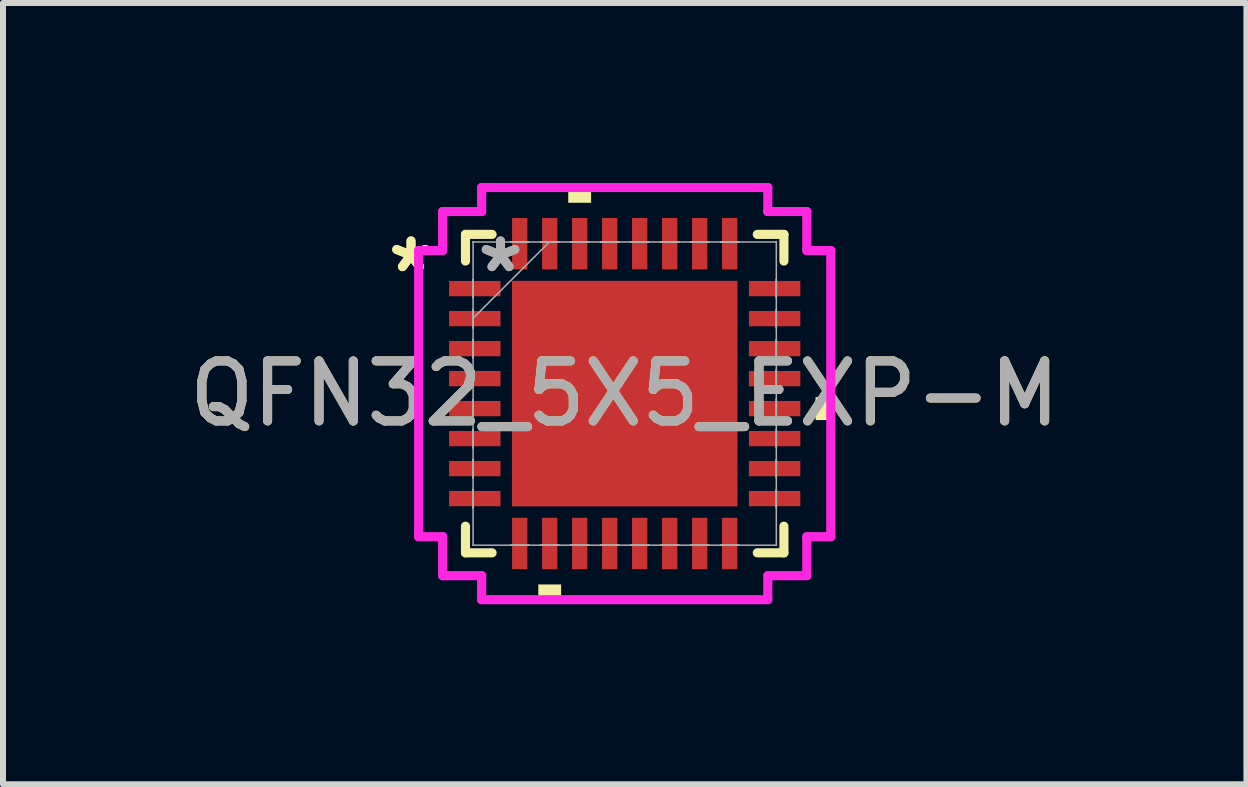
<source format=kicad_pcb>
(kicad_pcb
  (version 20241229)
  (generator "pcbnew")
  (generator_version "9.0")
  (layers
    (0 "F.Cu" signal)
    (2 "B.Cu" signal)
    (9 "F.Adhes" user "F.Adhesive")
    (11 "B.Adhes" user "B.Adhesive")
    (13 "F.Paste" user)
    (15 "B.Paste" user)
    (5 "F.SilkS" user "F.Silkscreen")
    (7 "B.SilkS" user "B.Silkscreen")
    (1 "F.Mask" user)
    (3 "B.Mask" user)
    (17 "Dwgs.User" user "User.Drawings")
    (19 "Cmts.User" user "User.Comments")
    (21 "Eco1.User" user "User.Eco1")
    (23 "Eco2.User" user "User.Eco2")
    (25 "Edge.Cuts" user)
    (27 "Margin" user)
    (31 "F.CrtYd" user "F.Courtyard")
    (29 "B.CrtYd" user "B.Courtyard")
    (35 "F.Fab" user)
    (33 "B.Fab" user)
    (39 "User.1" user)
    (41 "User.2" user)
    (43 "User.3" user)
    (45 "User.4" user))
  (footprint "QFN32_5X5_EXP-M"
    (layer "F.Cu")
    (at 7.363 3.511)
    (property "Reference" "QFN32_5X5_EXP-M" (at 0 0 0) (unlocked yes) (layer "F.SilkS") (effects (font (size 1 1) (thickness 0.15))))
    (attr smd)
    (fp_line (start -2.654 -2.654) (end -2.654 -2.21) (stroke (width 0.152) (type solid)) (layer "F.SilkS"))
    (fp_line (start -2.654 2.21) (end -2.654 2.654) (stroke (width 0.152) (type solid)) (layer "F.SilkS"))
    (fp_line (start -2.654 2.654) (end -2.21 2.654) (stroke (width 0.152) (type solid)) (layer "F.SilkS"))
    (fp_line (start -2.21 -2.654) (end -2.654 -2.654) (stroke (width 0.152) (type solid)) (layer "F.SilkS"))
    (fp_line (start 2.21 2.654) (end 2.654 2.654) (stroke (width 0.152) (type solid)) (layer "F.SilkS"))
    (fp_line (start 2.654 -2.654) (end 2.21 -2.654) (stroke (width 0.152) (type solid)) (layer "F.SilkS"))
    (fp_line (start 2.654 -2.21) (end 2.654 -2.654) (stroke (width 0.152) (type solid)) (layer "F.SilkS"))
    (fp_line (start 2.654 2.654) (end 2.654 2.21) (stroke (width 0.152) (type solid)) (layer "F.SilkS"))
    (fp_poly (pts (xy -1.44 3.181) (xy -1.44 3.435) (xy -1.06 3.435) (xy -1.06 3.181)) (stroke (width 0) (type solid)) (fill yes) (layer "F.SilkS"))
    (fp_poly (pts (xy -0.941 -3.181) (xy -0.941 -3.435) (xy -0.56 -3.435) (xy -0.56 -3.181)) (stroke (width 0) (type solid)) (fill yes) (layer "F.SilkS"))
    (fp_poly (pts (xy 3.435 0.059) (xy 3.435 0.441) (xy 3.181 0.441) (xy 3.181 0.059)) (stroke (width 0) (type solid)) (fill yes) (layer "F.SilkS"))
    (fp_poly (pts (xy -1.78 -1.78) (xy -1.78 -0.1) (xy -0.1 -0.1) (xy -0.1 -1.78)) (stroke (width 0) (type solid)) (fill yes) (layer "F.Paste"))
    (fp_poly (pts (xy -1.78 0.1) (xy -1.78 1.78) (xy -0.1 1.78) (xy -0.1 0.1)) (stroke (width 0) (type solid)) (fill yes) (layer "F.Paste"))
    (fp_poly (pts (xy 0.1 -1.78) (xy 0.1 -0.1) (xy 1.78 -0.1) (xy 1.78 -1.78)) (stroke (width 0) (type solid)) (fill yes) (layer "F.Paste"))
    (fp_poly (pts (xy 0.1 0.1) (xy 0.1 1.78) (xy 1.78 1.78) (xy 1.78 0.1)) (stroke (width 0) (type solid)) (fill yes) (layer "F.Paste"))
    (fp_line (start -3.435 -2.385) (end -3.035 -2.385) (stroke (width 0.152) (type solid)) (layer "F.CrtYd"))
    (fp_line (start -3.435 2.385) (end -3.435 -2.385) (stroke (width 0.152) (type solid)) (layer "F.CrtYd"))
    (fp_line (start -3.035 -3.035) (end -2.385 -3.035) (stroke (width 0.152) (type solid)) (layer "F.CrtYd"))
    (fp_line (start -3.035 -2.385) (end -3.035 -3.035) (stroke (width 0.152) (type solid)) (layer "F.CrtYd"))
    (fp_line (start -3.035 2.385) (end -3.435 2.385) (stroke (width 0.152) (type solid)) (layer "F.CrtYd"))
    (fp_line (start -3.035 3.035) (end -3.035 2.385) (stroke (width 0.152) (type solid)) (layer "F.CrtYd"))
    (fp_line (start -2.385 -3.435) (end 2.385 -3.435) (stroke (width 0.152) (type solid)) (layer "F.CrtYd"))
    (fp_line (start -2.385 -3.035) (end -2.385 -3.435) (stroke (width 0.152) (type solid)) (layer "F.CrtYd"))
    (fp_line (start -2.385 3.035) (end -3.035 3.035) (stroke (width 0.152) (type solid)) (layer "F.CrtYd"))
    (fp_line (start -2.385 3.435) (end -2.385 3.035) (stroke (width 0.152) (type solid)) (layer "F.CrtYd"))
    (fp_line (start 2.385 -3.435) (end 2.385 -3.035) (stroke (width 0.152) (type solid)) (layer "F.CrtYd"))
    (fp_line (start 2.385 -3.035) (end 3.035 -3.035) (stroke (width 0.152) (type solid)) (layer "F.CrtYd"))
    (fp_line (start 2.385 3.035) (end 2.385 3.435) (stroke (width 0.152) (type solid)) (layer "F.CrtYd"))
    (fp_line (start 2.385 3.435) (end -2.385 3.435) (stroke (width 0.152) (type solid)) (layer "F.CrtYd"))
    (fp_line (start 3.035 -3.035) (end 3.035 -2.385) (stroke (width 0.152) (type solid)) (layer "F.CrtYd"))
    (fp_line (start 3.035 -2.385) (end 3.435 -2.385) (stroke (width 0.152) (type solid)) (layer "F.CrtYd"))
    (fp_line (start 3.035 2.385) (end 3.035 3.035) (stroke (width 0.152) (type solid)) (layer "F.CrtYd"))
    (fp_line (start 3.035 3.035) (end 2.385 3.035) (stroke (width 0.152) (type solid)) (layer "F.CrtYd"))
    (fp_line (start 3.435 -2.385) (end 3.435 2.385) (stroke (width 0.152) (type solid)) (layer "F.CrtYd"))
    (fp_line (start 3.435 2.385) (end 3.035 2.385) (stroke (width 0.152) (type solid)) (layer "F.CrtYd"))
    (fp_line (start -2.527 -2.527) (end -2.527 -2.527) (stroke (width 0.025) (type solid)) (layer "F.Fab"))
    (fp_line (start -2.527 -2.527) (end -2.527 2.527) (stroke (width 0.025) (type solid)) (layer "F.Fab"))
    (fp_line (start -2.527 -1.902) (end -2.527 -1.902) (stroke (width 0.025) (type solid)) (layer "F.Fab"))
    (fp_line (start -2.527 -1.902) (end -2.527 -1.598) (stroke (width 0.025) (type solid)) (layer "F.Fab"))
    (fp_line (start -2.527 -1.598) (end -2.527 -1.902) (stroke (width 0.025) (type solid)) (layer "F.Fab"))
    (fp_line (start -2.527 -1.598) (end -2.527 -1.598) (stroke (width 0.025) (type solid)) (layer "F.Fab"))
    (fp_line (start -2.527 -1.402) (end -2.527 -1.402) (stroke (width 0.025) (type solid)) (layer "F.Fab"))
    (fp_line (start -2.527 -1.402) (end -2.527 -1.098) (stroke (width 0.025) (type solid)) (layer "F.Fab"))
    (fp_line (start -2.527 -1.257) (end -1.257 -2.527) (stroke (width 0.025) (type solid)) (layer "F.Fab"))
    (fp_line (start -2.527 -1.098) (end -2.527 -1.402) (stroke (width 0.025) (type solid)) (layer "F.Fab"))
    (fp_line (start -2.527 -1.098) (end -2.527 -1.098) (stroke (width 0.025) (type solid)) (layer "F.Fab"))
    (fp_line (start -2.527 -0.902) (end -2.527 -0.902) (stroke (width 0.025) (type solid)) (layer "F.Fab"))
    (fp_line (start -2.527 -0.902) (end -2.527 -0.598) (stroke (width 0.025) (type solid)) (layer "F.Fab"))
    (fp_line (start -2.527 -0.598) (end -2.527 -0.902) (stroke (width 0.025) (type solid)) (layer "F.Fab"))
    (fp_line (start -2.527 -0.598) (end -2.527 -0.598) (stroke (width 0.025) (type solid)) (layer "F.Fab"))
    (fp_line (start -2.527 -0.402) (end -2.527 -0.402) (stroke (width 0.025) (type solid)) (layer "F.Fab"))
    (fp_line (start -2.527 -0.402) (end -2.527 -0.098) (stroke (width 0.025) (type solid)) (layer "F.Fab"))
    (fp_line (start -2.527 -0.098) (end -2.527 -0.402) (stroke (width 0.025) (type solid)) (layer "F.Fab"))
    (fp_line (start -2.527 -0.098) (end -2.527 -0.098) (stroke (width 0.025) (type solid)) (layer "F.Fab"))
    (fp_line (start -2.527 0.098) (end -2.527 0.098) (stroke (width 0.025) (type solid)) (layer "F.Fab"))
    (fp_line (start -2.527 0.098) (end -2.527 0.402) (stroke (width 0.025) (type solid)) (layer "F.Fab"))
    (fp_line (start -2.527 0.402) (end -2.527 0.098) (stroke (width 0.025) (type solid)) (layer "F.Fab"))
    (fp_line (start -2.527 0.402) (end -2.527 0.402) (stroke (width 0.025) (type solid)) (layer "F.Fab"))
    (fp_line (start -2.527 0.598) (end -2.527 0.598) (stroke (width 0.025) (type solid)) (layer "F.Fab"))
    (fp_line (start -2.527 0.598) (end -2.527 0.902) (stroke (width 0.025) (type solid)) (layer "F.Fab"))
    (fp_line (start -2.527 0.902) (end -2.527 0.598) (stroke (width 0.025) (type solid)) (layer "F.Fab"))
    (fp_line (start -2.527 0.902) (end -2.527 0.902) (stroke (width 0.025) (type solid)) (layer "F.Fab"))
    (fp_line (start -2.527 1.098) (end -2.527 1.098) (stroke (width 0.025) (type solid)) (layer "F.Fab"))
    (fp_line (start -2.527 1.098) (end -2.527 1.402) (stroke (width 0.025) (type solid)) (layer "F.Fab"))
    (fp_line (start -2.527 1.402) (end -2.527 1.098) (stroke (width 0.025) (type solid)) (layer "F.Fab"))
    (fp_line (start -2.527 1.402) (end -2.527 1.402) (stroke (width 0.025) (type solid)) (layer "F.Fab"))
    (fp_line (start -2.527 1.598) (end -2.527 1.598) (stroke (width 0.025) (type solid)) (layer "F.Fab"))
    (fp_line (start -2.527 1.598) (end -2.527 1.902) (stroke (width 0.025) (type solid)) (layer "F.Fab"))
    (fp_line (start -2.527 1.902) (end -2.527 1.598) (stroke (width 0.025) (type solid)) (layer "F.Fab"))
    (fp_line (start -2.527 1.902) (end -2.527 1.902) (stroke (width 0.025) (type solid)) (layer "F.Fab"))
    (fp_line (start -2.527 2.527) (end -2.527 2.527) (stroke (width 0.025) (type solid)) (layer "F.Fab"))
    (fp_line (start -2.527 2.527) (end 2.527 2.527) (stroke (width 0.025) (type solid)) (layer "F.Fab"))
    (fp_line (start -1.902 -2.527) (end -1.902 -2.527) (stroke (width 0.025) (type solid)) (layer "F.Fab"))
    (fp_line (start -1.902 -2.527) (end -1.598 -2.527) (stroke (width 0.025) (type solid)) (layer "F.Fab"))
    (fp_line (start -1.902 2.527) (end -1.902 2.527) (stroke (width 0.025) (type solid)) (layer "F.Fab"))
    (fp_line (start -1.902 2.527) (end -1.598 2.527) (stroke (width 0.025) (type solid)) (layer "F.Fab"))
    (fp_line (start -1.598 -2.527) (end -1.902 -2.527) (stroke (width 0.025) (type solid)) (layer "F.Fab"))
    (fp_line (start -1.598 -2.527) (end -1.598 -2.527) (stroke (width 0.025) (type solid)) (layer "F.Fab"))
    (fp_line (start -1.598 2.527) (end -1.902 2.527) (stroke (width 0.025) (type solid)) (layer "F.Fab"))
    (fp_line (start -1.598 2.527) (end -1.598 2.527) (stroke (width 0.025) (type solid)) (layer "F.Fab"))
    (fp_line (start -1.402 -2.527) (end -1.402 -2.527) (stroke (width 0.025) (type solid)) (layer "F.Fab"))
    (fp_line (start -1.402 -2.527) (end -1.098 -2.527) (stroke (width 0.025) (type solid)) (layer "F.Fab"))
    (fp_line (start -1.402 2.527) (end -1.402 2.527) (stroke (width 0.025) (type solid)) (layer "F.Fab"))
    (fp_line (start -1.402 2.527) (end -1.098 2.527) (stroke (width 0.025) (type solid)) (layer "F.Fab"))
    (fp_line (start -1.098 -2.527) (end -1.402 -2.527) (stroke (width 0.025) (type solid)) (layer "F.Fab"))
    (fp_line (start -1.098 -2.527) (end -1.098 -2.527) (stroke (width 0.025) (type solid)) (layer "F.Fab"))
    (fp_line (start -1.098 2.527) (end -1.402 2.527) (stroke (width 0.025) (type solid)) (layer "F.Fab"))
    (fp_line (start -1.098 2.527) (end -1.098 2.527) (stroke (width 0.025) (type solid)) (layer "F.Fab"))
    (fp_line (start -0.902 -2.527) (end -0.902 -2.527) (stroke (width 0.025) (type solid)) (layer "F.Fab"))
    (fp_line (start -0.902 -2.527) (end -0.598 -2.527) (stroke (width 0.025) (type solid)) (layer "F.Fab"))
    (fp_line (start -0.902 2.527) (end -0.902 2.527) (stroke (width 0.025) (type solid)) (layer "F.Fab"))
    (fp_line (start -0.902 2.527) (end -0.598 2.527) (stroke (width 0.025) (type solid)) (layer "F.Fab"))
    (fp_line (start -0.598 -2.527) (end -0.902 -2.527) (stroke (width 0.025) (type solid)) (layer "F.Fab"))
    (fp_line (start -0.598 -2.527) (end -0.598 -2.527) (stroke (width 0.025) (type solid)) (layer "F.Fab"))
    (fp_line (start -0.598 2.527) (end -0.902 2.527) (stroke (width 0.025) (type solid)) (layer "F.Fab"))
    (fp_line (start -0.598 2.527) (end -0.598 2.527) (stroke (width 0.025) (type solid)) (layer "F.Fab"))
    (fp_line (start -0.402 -2.527) (end -0.402 -2.527) (stroke (width 0.025) (type solid)) (layer "F.Fab"))
    (fp_line (start -0.402 -2.527) (end -0.098 -2.527) (stroke (width 0.025) (type solid)) (layer "F.Fab"))
    (fp_line (start -0.402 2.527) (end -0.402 2.527) (stroke (width 0.025) (type solid)) (layer "F.Fab"))
    (fp_line (start -0.402 2.527) (end -0.098 2.527) (stroke (width 0.025) (type solid)) (layer "F.Fab"))
    (fp_line (start -0.098 -2.527) (end -0.402 -2.527) (stroke (width 0.025) (type solid)) (layer "F.Fab"))
    (fp_line (start -0.098 -2.527) (end -0.098 -2.527) (stroke (width 0.025) (type solid)) (layer "F.Fab"))
    (fp_line (start -0.098 2.527) (end -0.402 2.527) (stroke (width 0.025) (type solid)) (layer "F.Fab"))
    (fp_line (start -0.098 2.527) (end -0.098 2.527) (stroke (width 0.025) (type solid)) (layer "F.Fab"))
    (fp_line (start 0.098 -2.527) (end 0.098 -2.527) (stroke (width 0.025) (type solid)) (layer "F.Fab"))
    (fp_line (start 0.098 -2.527) (end 0.402 -2.527) (stroke (width 0.025) (type solid)) (layer "F.Fab"))
    (fp_line (start 0.098 2.527) (end 0.098 2.527) (stroke (width 0.025) (type solid)) (layer "F.Fab"))
    (fp_line (start 0.098 2.527) (end 0.402 2.527) (stroke (width 0.025) (type solid)) (layer "F.Fab"))
    (fp_line (start 0.402 -2.527) (end 0.098 -2.527) (stroke (width 0.025) (type solid)) (layer "F.Fab"))
    (fp_line (start 0.402 -2.527) (end 0.402 -2.527) (stroke (width 0.025) (type solid)) (layer "F.Fab"))
    (fp_line (start 0.402 2.527) (end 0.098 2.527) (stroke (width 0.025) (type solid)) (layer "F.Fab"))
    (fp_line (start 0.402 2.527) (end 0.402 2.527) (stroke (width 0.025) (type solid)) (layer "F.Fab"))
    (fp_line (start 0.598 -2.527) (end 0.598 -2.527) (stroke (width 0.025) (type solid)) (layer "F.Fab"))
    (fp_line (start 0.598 -2.527) (end 0.902 -2.527) (stroke (width 0.025) (type solid)) (layer "F.Fab"))
    (fp_line (start 0.598 2.527) (end 0.598 2.527) (stroke (width 0.025) (type solid)) (layer "F.Fab"))
    (fp_line (start 0.598 2.527) (end 0.902 2.527) (stroke (width 0.025) (type solid)) (layer "F.Fab"))
    (fp_line (start 0.902 -2.527) (end 0.598 -2.527) (stroke (width 0.025) (type solid)) (layer "F.Fab"))
    (fp_line (start 0.902 -2.527) (end 0.902 -2.527) (stroke (width 0.025) (type solid)) (layer "F.Fab"))
    (fp_line (start 0.902 2.527) (end 0.598 2.527) (stroke (width 0.025) (type solid)) (layer "F.Fab"))
    (fp_line (start 0.902 2.527) (end 0.902 2.527) (stroke (width 0.025) (type solid)) (layer "F.Fab"))
    (fp_line (start 1.098 -2.527) (end 1.098 -2.527) (stroke (width 0.025) (type solid)) (layer "F.Fab"))
    (fp_line (start 1.098 -2.527) (end 1.402 -2.527) (stroke (width 0.025) (type solid)) (layer "F.Fab"))
    (fp_line (start 1.098 2.527) (end 1.098 2.527) (stroke (width 0.025) (type solid)) (layer "F.Fab"))
    (fp_line (start 1.098 2.527) (end 1.402 2.527) (stroke (width 0.025) (type solid)) (layer "F.Fab"))
    (fp_line (start 1.402 -2.527) (end 1.098 -2.527) (stroke (width 0.025) (type solid)) (layer "F.Fab"))
    (fp_line (start 1.402 -2.527) (end 1.402 -2.527) (stroke (width 0.025) (type solid)) (layer "F.Fab"))
    (fp_line (start 1.402 2.527) (end 1.098 2.527) (stroke (width 0.025) (type solid)) (layer "F.Fab"))
    (fp_line (start 1.402 2.527) (end 1.402 2.527) (stroke (width 0.025) (type solid)) (layer "F.Fab"))
    (fp_line (start 1.598 -2.527) (end 1.598 -2.527) (stroke (width 0.025) (type solid)) (layer "F.Fab"))
    (fp_line (start 1.598 -2.527) (end 1.902 -2.527) (stroke (width 0.025) (type solid)) (layer "F.Fab"))
    (fp_line (start 1.598 2.527) (end 1.598 2.527) (stroke (width 0.025) (type solid)) (layer "F.Fab"))
    (fp_line (start 1.598 2.527) (end 1.902 2.527) (stroke (width 0.025) (type solid)) (layer "F.Fab"))
    (fp_line (start 1.902 -2.527) (end 1.598 -2.527) (stroke (width 0.025) (type solid)) (layer "F.Fab"))
    (fp_line (start 1.902 -2.527) (end 1.902 -2.527) (stroke (width 0.025) (type solid)) (layer "F.Fab"))
    (fp_line (start 1.902 2.527) (end 1.598 2.527) (stroke (width 0.025) (type solid)) (layer "F.Fab"))
    (fp_line (start 1.902 2.527) (end 1.902 2.527) (stroke (width 0.025) (type solid)) (layer "F.Fab"))
    (fp_line (start 2.527 -2.527) (end -2.527 -2.527) (stroke (width 0.025) (type solid)) (layer "F.Fab"))
    (fp_line (start 2.527 -2.527) (end 2.527 -2.527) (stroke (width 0.025) (type solid)) (layer "F.Fab"))
    (fp_line (start 2.527 -1.902) (end 2.527 -1.902) (stroke (width 0.025) (type solid)) (layer "F.Fab"))
    (fp_line (start 2.527 -1.902) (end 2.527 -1.598) (stroke (width 0.025) (type solid)) (layer "F.Fab"))
    (fp_line (start 2.527 -1.598) (end 2.527 -1.902) (stroke (width 0.025) (type solid)) (layer "F.Fab"))
    (fp_line (start 2.527 -1.598) (end 2.527 -1.598) (stroke (width 0.025) (type solid)) (layer "F.Fab"))
    (fp_line (start 2.527 -1.402) (end 2.527 -1.402) (stroke (width 0.025) (type solid)) (layer "F.Fab"))
    (fp_line (start 2.527 -1.402) (end 2.527 -1.098) (stroke (width 0.025) (type solid)) (layer "F.Fab"))
    (fp_line (start 2.527 -1.098) (end 2.527 -1.402) (stroke (width 0.025) (type solid)) (layer "F.Fab"))
    (fp_line (start 2.527 -1.098) (end 2.527 -1.098) (stroke (width 0.025) (type solid)) (layer "F.Fab"))
    (fp_line (start 2.527 -0.902) (end 2.527 -0.902) (stroke (width 0.025) (type solid)) (layer "F.Fab"))
    (fp_line (start 2.527 -0.902) (end 2.527 -0.598) (stroke (width 0.025) (type solid)) (layer "F.Fab"))
    (fp_line (start 2.527 -0.598) (end 2.527 -0.902) (stroke (width 0.025) (type solid)) (layer "F.Fab"))
    (fp_line (start 2.527 -0.598) (end 2.527 -0.598) (stroke (width 0.025) (type solid)) (layer "F.Fab"))
    (fp_line (start 2.527 -0.402) (end 2.527 -0.402) (stroke (width 0.025) (type solid)) (layer "F.Fab"))
    (fp_line (start 2.527 -0.402) (end 2.527 -0.098) (stroke (width 0.025) (type solid)) (layer "F.Fab"))
    (fp_line (start 2.527 -0.098) (end 2.527 -0.402) (stroke (width 0.025) (type solid)) (layer "F.Fab"))
    (fp_line (start 2.527 -0.098) (end 2.527 -0.098) (stroke (width 0.025) (type solid)) (layer "F.Fab"))
    (fp_line (start 2.527 0.098) (end 2.527 0.098) (stroke (width 0.025) (type solid)) (layer "F.Fab"))
    (fp_line (start 2.527 0.098) (end 2.527 0.402) (stroke (width 0.025) (type solid)) (layer "F.Fab"))
    (fp_line (start 2.527 0.402) (end 2.527 0.098) (stroke (width 0.025) (type solid)) (layer "F.Fab"))
    (fp_line (start 2.527 0.402) (end 2.527 0.402) (stroke (width 0.025) (type solid)) (layer "F.Fab"))
    (fp_line (start 2.527 0.598) (end 2.527 0.598) (stroke (width 0.025) (type solid)) (layer "F.Fab"))
    (fp_line (start 2.527 0.598) (end 2.527 0.902) (stroke (width 0.025) (type solid)) (layer "F.Fab"))
    (fp_line (start 2.527 0.902) (end 2.527 0.598) (stroke (width 0.025) (type solid)) (layer "F.Fab"))
    (fp_line (start 2.527 0.902) (end 2.527 0.902) (stroke (width 0.025) (type solid)) (layer "F.Fab"))
    (fp_line (start 2.527 1.098) (end 2.527 1.098) (stroke (width 0.025) (type solid)) (layer "F.Fab"))
    (fp_line (start 2.527 1.098) (end 2.527 1.402) (stroke (width 0.025) (type solid)) (layer "F.Fab"))
    (fp_line (start 2.527 1.402) (end 2.527 1.098) (stroke (width 0.025) (type solid)) (layer "F.Fab"))
    (fp_line (start 2.527 1.402) (end 2.527 1.402) (stroke (width 0.025) (type solid)) (layer "F.Fab"))
    (fp_line (start 2.527 1.598) (end 2.527 1.598) (stroke (width 0.025) (type solid)) (layer "F.Fab"))
    (fp_line (start 2.527 1.598) (end 2.527 1.902) (stroke (width 0.025) (type solid)) (layer "F.Fab"))
    (fp_line (start 2.527 1.902) (end 2.527 1.598) (stroke (width 0.025) (type solid)) (layer "F.Fab"))
    (fp_line (start 2.527 1.902) (end 2.527 1.902) (stroke (width 0.025) (type solid)) (layer "F.Fab"))
    (fp_line (start 2.527 2.527) (end 2.527 -2.527) (stroke (width 0.025) (type solid)) (layer "F.Fab"))
    (fp_line (start 2.527 2.527) (end 2.527 2.527) (stroke (width 0.025) (type solid)) (layer "F.Fab"))
    (fp_text user "*" (at -3.562 -2 0) (unlocked yes) (layer "F.SilkS") (effects (font (size 1 1) (thickness 0.15))))
    (fp_text user "*" (at -3.562 -2 0) (layer "F.SilkS") (effects (font (size 1 1) (thickness 0.15))))
    (fp_text user "*" (at -2.07 -2 0) (unlocked yes) (layer "F.Fab") (effects (font (size 1 1) (thickness 0.15))))
    (fp_text user "${REFERENCE}" (at 0 0 0) (unlocked yes) (layer "F.Fab") (effects (font (size 1 1) (thickness 0.15))))
    (fp_text user "*" (at -2.07 -2 0) (layer "F.Fab") (effects (font (size 1 1) (thickness 0.15))))
    (pad "1" smd rect (at -2.499 -1.75 90) (size 0.255 0.857) (layers "F.Cu" "F.Mask" "F.Paste"))
    (pad "2" smd rect (at -2.499 -1.25 90) (size 0.255 0.857) (layers "F.Cu" "F.Mask" "F.Paste"))
    (pad "3" smd rect (at -2.499 -0.75 90) (size 0.255 0.857) (layers "F.Cu" "F.Mask" "F.Paste"))
    (pad "4" smd rect (at -2.499 -0.25 90) (size 0.255 0.857) (layers "F.Cu" "F.Mask" "F.Paste"))
    (pad "5" smd rect (at -2.499 0.25 90) (size 0.255 0.857) (layers "F.Cu" "F.Mask" "F.Paste"))
    (pad "6" smd rect (at -2.499 0.75 90) (size 0.255 0.857) (layers "F.Cu" "F.Mask" "F.Paste"))
    (pad "7" smd rect (at -2.499 1.25 90) (size 0.255 0.857) (layers "F.Cu" "F.Mask" "F.Paste"))
    (pad "8" smd rect (at -2.499 1.75 90) (size 0.255 0.857) (layers "F.Cu" "F.Mask" "F.Paste"))
    (pad "9" smd rect (at -1.75 2.499) (size 0.255 0.857) (layers "F.Cu" "F.Mask" "F.Paste"))
    (pad "10" smd rect (at -1.25 2.499) (size 0.255 0.857) (layers "F.Cu" "F.Mask" "F.Paste"))
    (pad "11" smd rect (at -0.75 2.499) (size 0.255 0.857) (layers "F.Cu" "F.Mask" "F.Paste"))
    (pad "12" smd rect (at -0.25 2.499) (size 0.255 0.857) (layers "F.Cu" "F.Mask" "F.Paste"))
    (pad "13" smd rect (at 0.25 2.499) (size 0.255 0.857) (layers "F.Cu" "F.Mask" "F.Paste"))
    (pad "14" smd rect (at 0.75 2.499) (size 0.255 0.857) (layers "F.Cu" "F.Mask" "F.Paste"))
    (pad "15" smd rect (at 1.25 2.499) (size 0.255 0.857) (layers "F.Cu" "F.Mask" "F.Paste"))
    (pad "16" smd rect (at 1.75 2.499) (size 0.255 0.857) (layers "F.Cu" "F.Mask" "F.Paste"))
    (pad "17" smd rect (at 2.499 1.75 90) (size 0.255 0.857) (layers "F.Cu" "F.Mask" "F.Paste"))
    (pad "18" smd rect (at 2.499 1.25 90) (size 0.255 0.857) (layers "F.Cu" "F.Mask" "F.Paste"))
    (pad "19" smd rect (at 2.499 0.75 90) (size 0.255 0.857) (layers "F.Cu" "F.Mask" "F.Paste"))
    (pad "20" smd rect (at 2.499 0.25 90) (size 0.255 0.857) (layers "F.Cu" "F.Mask" "F.Paste"))
    (pad "21" smd rect (at 2.499 -0.25 90) (size 0.255 0.857) (layers "F.Cu" "F.Mask" "F.Paste"))
    (pad "22" smd rect (at 2.499 -0.75 90) (size 0.255 0.857) (layers "F.Cu" "F.Mask" "F.Paste"))
    (pad "23" smd rect (at 2.499 -1.25 90) (size 0.255 0.857) (layers "F.Cu" "F.Mask" "F.Paste"))
    (pad "24" smd rect (at 2.499 -1.75 90) (size 0.255 0.857) (layers "F.Cu" "F.Mask" "F.Paste"))
    (pad "25" smd rect (at 1.75 -2.499) (size 0.255 0.857) (layers "F.Cu" "F.Mask" "F.Paste"))
    (pad "26" smd rect (at 1.25 -2.499) (size 0.255 0.857) (layers "F.Cu" "F.Mask" "F.Paste"))
    (pad "27" smd rect (at 0.75 -2.499) (size 0.255 0.857) (layers "F.Cu" "F.Mask" "F.Paste"))
    (pad "28" smd rect (at 0.25 -2.499) (size 0.255 0.857) (layers "F.Cu" "F.Mask" "F.Paste"))
    (pad "29" smd rect (at -0.25 -2.499) (size 0.255 0.857) (layers "F.Cu" "F.Mask" "F.Paste"))
    (pad "30" smd rect (at -0.75 -2.499) (size 0.255 0.857) (layers "F.Cu" "F.Mask" "F.Paste"))
    (pad "31" smd rect (at -1.25 -2.499) (size 0.255 0.857) (layers "F.Cu" "F.Mask" "F.Paste"))
    (pad "32" smd rect (at -1.75 -2.499) (size 0.255 0.857) (layers "F.Cu" "F.Mask" "F.Paste"))
    (pad "33" smd rect (at 0 0) (size 3.759 3.759) (layers "F.Cu" "F.Mask")))
  (gr_rect
    (start -3 -3)
    (end 17.726 10.023)
    (stroke (width 0.1) (type default))
    (fill no)
    (layer "Edge.Cuts")))
</source>
